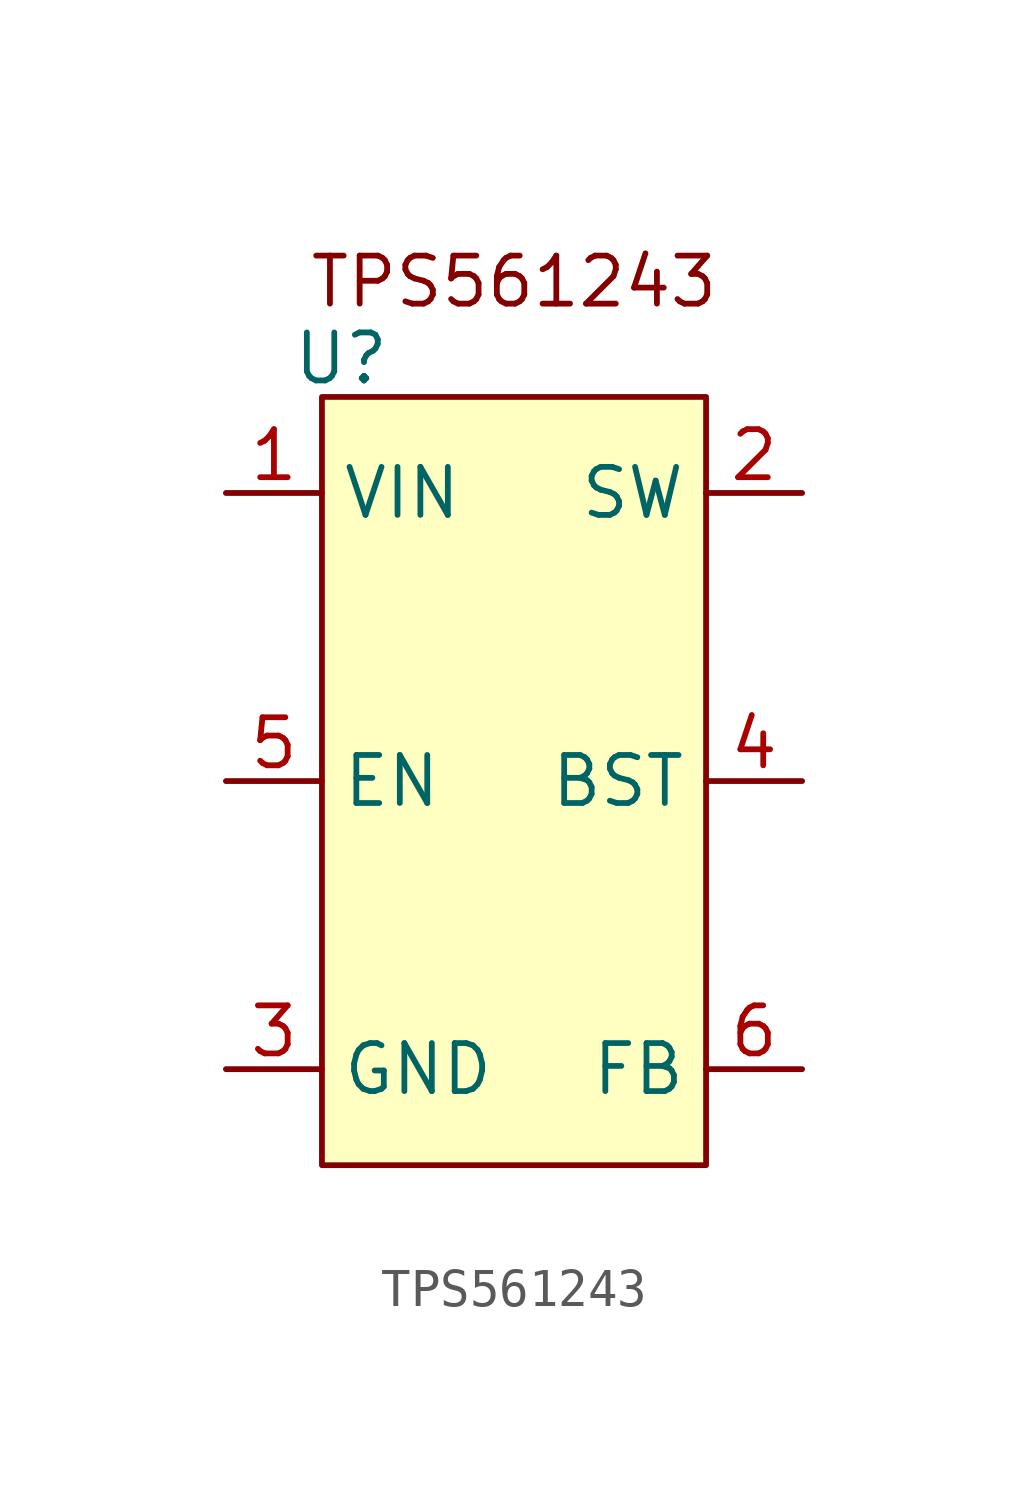
<source format=kicad_sym>
(kicad_symbol_lib
  (version 20241209)
  (generator "kicad_symbol_editor")
  (generator_version "9.0")
  (symbol "TPS561243"
    (property "Reference" "U"
      (at -4.572 11.176 0)
      (effects (font (size 1.27 1.27))))
    (property "Value" ""
      (at 0 0 0)
      (effects (font (size 1.27 1.27))))
    (symbol "TPS561243_1_1"
      (rectangle (start -5.08 10.16) (end 5.08 -10.16) (stroke (width 0) (type solid)) (fill (type background)))
      (text "TPS561243" (at 0 13.208 0) (effects (font (size 1.27 1.27))))
      (pin power_in line (at -7.62 7.62 0) (length 2.54) (name "VIN" (effects (font (size 1.27 1.27)))) (number "1" (effects (font (size 1.27 1.27)))))
      (pin input line (at -7.62 0 0) (length 2.54) (name "EN" (effects (font (size 1.27 1.27)))) (number "5" (effects (font (size 1.27 1.27)))))
      (pin power_in line (at -7.62 -7.62 0) (length 2.54) (name "GND" (effects (font (size 1.27 1.27)))) (number "3" (effects (font (size 1.27 1.27)))))
      (pin power_out line (at 7.62 7.62 180) (length 2.54) (name "SW" (effects (font (size 1.27 1.27)))) (number "2" (effects (font (size 1.27 1.27)))))
      (pin output line (at 7.62 0 180) (length 2.54) (name "BST" (effects (font (size 1.27 1.27)))) (number "4" (effects (font (size 1.27 1.27)))))
      (pin input line (at 7.62 -7.62 180) (length 2.54) (name "FB" (effects (font (size 1.27 1.27)))) (number "6" (effects (font (size 1.27 1.27))))))))
</source>
